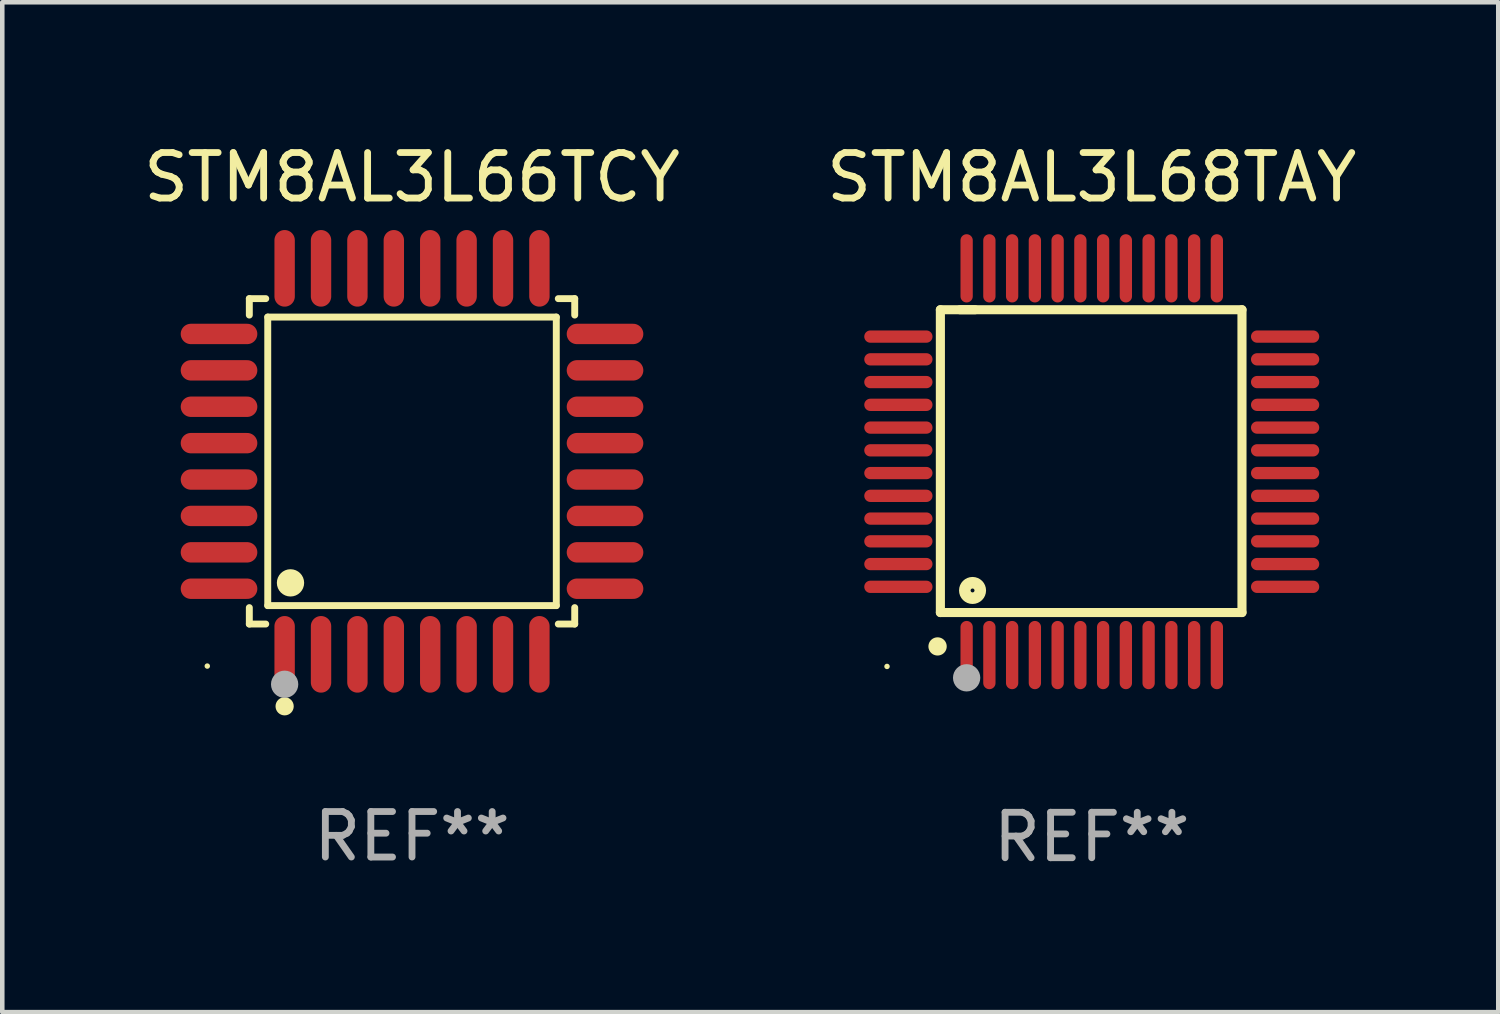
<source format=kicad_pcb>
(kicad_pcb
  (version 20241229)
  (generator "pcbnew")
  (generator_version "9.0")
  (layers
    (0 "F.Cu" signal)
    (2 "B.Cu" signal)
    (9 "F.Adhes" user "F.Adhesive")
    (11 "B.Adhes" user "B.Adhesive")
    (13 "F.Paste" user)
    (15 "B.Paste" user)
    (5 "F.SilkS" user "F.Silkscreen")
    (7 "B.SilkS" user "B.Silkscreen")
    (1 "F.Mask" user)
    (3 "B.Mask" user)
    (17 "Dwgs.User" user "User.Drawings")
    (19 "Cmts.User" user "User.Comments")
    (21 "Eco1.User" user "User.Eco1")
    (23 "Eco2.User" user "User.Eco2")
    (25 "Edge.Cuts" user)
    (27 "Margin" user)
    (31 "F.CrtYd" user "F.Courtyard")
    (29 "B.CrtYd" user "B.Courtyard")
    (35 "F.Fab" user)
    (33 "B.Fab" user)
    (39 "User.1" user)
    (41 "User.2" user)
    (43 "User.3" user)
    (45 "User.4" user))
  (footprint "STM8AL3L66TCY"
    (layer "F.Cu")
    (at 6.006 7.09)
    (property "Reference" "STM8AL3L66TCY" (at 0 -6.242 0) (layer "F.SilkS") (effects (font (size 1 1) (thickness 0.15))))
    (attr through_hole)
    (fp_line (start -3.576 -3.576) (end -3.215 -3.576) (stroke (width 0.152) (type solid)) (layer "F.SilkS"))
    (fp_line (start -3.576 -3.215) (end -3.576 -3.576) (stroke (width 0.152) (type solid)) (layer "F.SilkS"))
    (fp_line (start -3.576 3.215) (end -3.576 3.576) (stroke (width 0.152) (type solid)) (layer "F.SilkS"))
    (fp_line (start -3.576 3.576) (end -3.215 3.576) (stroke (width 0.152) (type solid)) (layer "F.SilkS"))
    (fp_line (start -3.171 -3.171) (end 3.171 -3.171) (stroke (width 0.152) (type solid)) (layer "F.SilkS"))
    (fp_line (start -3.171 3.171) (end -3.171 -3.171) (stroke (width 0.152) (type solid)) (layer "F.SilkS"))
    (fp_line (start 3.171 -3.171) (end 3.171 3.171) (stroke (width 0.152) (type solid)) (layer "F.SilkS"))
    (fp_line (start 3.171 3.171) (end -3.171 3.171) (stroke (width 0.152) (type solid)) (layer "F.SilkS"))
    (fp_line (start 3.576 -3.576) (end 3.215 -3.576) (stroke (width 0.152) (type solid)) (layer "F.SilkS"))
    (fp_line (start 3.576 -3.215) (end 3.576 -3.576) (stroke (width 0.152) (type solid)) (layer "F.SilkS"))
    (fp_line (start 3.576 3.215) (end 3.576 3.576) (stroke (width 0.152) (type solid)) (layer "F.SilkS"))
    (fp_line (start 3.576 3.576) (end 3.215 3.576) (stroke (width 0.152) (type solid)) (layer "F.SilkS"))
    (fp_circle (center -4.5 4.5) (end -4.47 4.5) (stroke (width 0.06) (type solid)) (fill no) (layer "F.SilkS"))
    (fp_circle (center -2.8 5.384) (end -2.7 5.384) (stroke (width 0.2) (type solid)) (fill no) (layer "F.SilkS"))
    (fp_circle (center -2.671 2.671) (end -2.521 2.671) (stroke (width 0.3) (type solid)) (fill no) (layer "F.SilkS"))
    (fp_circle (center -2.8 4.9) (end -2.65 4.9) (stroke (width 0.3) (type solid)) (fill no) (layer "F.Fab"))
    (fp_text user "REF**" (at 0 8.242 0) (layer "F.Fab") (effects (font (size 1 1) (thickness 0.15))))
    (pad "1" smd oval (at -2.8 4.242) (size 0.448 1.684) (layers "F.Cu" "F.Mask" "F.Paste"))
    (pad "2" smd oval (at -2 4.242) (size 0.448 1.684) (layers "F.Cu" "F.Mask" "F.Paste"))
    (pad "3" smd oval (at -1.2 4.242) (size 0.448 1.684) (layers "F.Cu" "F.Mask" "F.Paste"))
    (pad "4" smd oval (at -0.4 4.242) (size 0.448 1.684) (layers "F.Cu" "F.Mask" "F.Paste"))
    (pad "5" smd oval (at 0.4 4.242) (size 0.448 1.684) (layers "F.Cu" "F.Mask" "F.Paste"))
    (pad "6" smd oval (at 1.2 4.242) (size 0.448 1.684) (layers "F.Cu" "F.Mask" "F.Paste"))
    (pad "7" smd oval (at 2 4.242) (size 0.448 1.684) (layers "F.Cu" "F.Mask" "F.Paste"))
    (pad "8" smd oval (at 2.8 4.242) (size 0.448 1.684) (layers "F.Cu" "F.Mask" "F.Paste"))
    (pad "9" smd oval (at 4.242 2.8) (size 1.684 0.448) (layers "F.Cu" "F.Mask" "F.Paste"))
    (pad "10" smd oval (at 4.242 2) (size 1.684 0.448) (layers "F.Cu" "F.Mask" "F.Paste"))
    (pad "11" smd oval (at 4.242 1.2) (size 1.684 0.448) (layers "F.Cu" "F.Mask" "F.Paste"))
    (pad "12" smd oval (at 4.242 0.4) (size 1.684 0.448) (layers "F.Cu" "F.Mask" "F.Paste"))
    (pad "13" smd oval (at 4.242 -0.4) (size 1.684 0.448) (layers "F.Cu" "F.Mask" "F.Paste"))
    (pad "14" smd oval (at 4.242 -1.2) (size 1.684 0.448) (layers "F.Cu" "F.Mask" "F.Paste"))
    (pad "15" smd oval (at 4.242 -2) (size 1.684 0.448) (layers "F.Cu" "F.Mask" "F.Paste"))
    (pad "16" smd oval (at 4.242 -2.8) (size 1.684 0.448) (layers "F.Cu" "F.Mask" "F.Paste"))
    (pad "17" smd oval (at 2.8 -4.242) (size 0.448 1.684) (layers "F.Cu" "F.Mask" "F.Paste"))
    (pad "18" smd oval (at 2 -4.242) (size 0.448 1.684) (layers "F.Cu" "F.Mask" "F.Paste"))
    (pad "19" smd oval (at 1.2 -4.242) (size 0.448 1.684) (layers "F.Cu" "F.Mask" "F.Paste"))
    (pad "20" smd oval (at 0.4 -4.242) (size 0.448 1.684) (layers "F.Cu" "F.Mask" "F.Paste"))
    (pad "21" smd oval (at -0.4 -4.242) (size 0.448 1.684) (layers "F.Cu" "F.Mask" "F.Paste"))
    (pad "22" smd oval (at -1.2 -4.242) (size 0.448 1.684) (layers "F.Cu" "F.Mask" "F.Paste"))
    (pad "23" smd oval (at -2 -4.242) (size 0.448 1.684) (layers "F.Cu" "F.Mask" "F.Paste"))
    (pad "24" smd oval (at -2.8 -4.242) (size 0.448 1.684) (layers "F.Cu" "F.Mask" "F.Paste"))
    (pad "25" smd oval (at -4.242 -2.8) (size 1.684 0.448) (layers "F.Cu" "F.Mask" "F.Paste"))
    (pad "26" smd oval (at -4.242 -2) (size 1.684 0.448) (layers "F.Cu" "F.Mask" "F.Paste"))
    (pad "27" smd oval (at -4.242 -1.2) (size 1.684 0.448) (layers "F.Cu" "F.Mask" "F.Paste"))
    (pad "28" smd oval (at -4.242 -0.4) (size 1.684 0.448) (layers "F.Cu" "F.Mask" "F.Paste"))
    (pad "29" smd oval (at -4.242 0.4) (size 1.684 0.448) (layers "F.Cu" "F.Mask" "F.Paste"))
    (pad "30" smd oval (at -4.242 1.2) (size 1.684 0.448) (layers "F.Cu" "F.Mask" "F.Paste"))
    (pad "31" smd oval (at -4.242 2) (size 1.684 0.448) (layers "F.Cu" "F.Mask" "F.Paste"))
    (pad "32" smd oval (at -4.242 2.8) (size 1.684 0.448) (layers "F.Cu" "F.Mask" "F.Paste")))
  (footprint "STM8AL3L68TAY"
    (layer "F.Cu")
    (at 20.946 7.098)
    (property "Reference" "STM8AL3L68TAY" (at 0 -6.25 0) (layer "F.SilkS") (effects (font (size 1 1) (thickness 0.15))))
    (attr through_hole)
    (fp_line (start -3.327 -3.34) (end -2.565 -3.34) (stroke (width 0.2) (type solid)) (layer "F.SilkS"))
    (fp_line (start -3.327 3.315) (end -3.327 -3.34) (stroke (width 0.2) (type solid)) (layer "F.SilkS"))
    (fp_line (start -2.896 -3.34) (end 3.302 -3.34) (stroke (width 0.2) (type solid)) (layer "F.SilkS"))
    (fp_line (start 3.302 -3.34) (end 3.302 3.315) (stroke (width 0.2) (type solid)) (layer "F.SilkS"))
    (fp_line (start 3.302 3.315) (end -3.327 3.315) (stroke (width 0.2) (type solid)) (layer "F.SilkS"))
    (fp_arc (start -3.389992 4.059995) (mid -3.388722 4.059991) (end -3.387452 4.059995) (stroke (width 0.4) (type solid)) (layer "F.SilkS"))
    (fp_circle (center -4.5 4.5) (end -4.47 4.5) (stroke (width 0.06) (type solid)) (fill no) (layer "F.SilkS"))
    (fp_circle (center -2.62 2.83) (end -2.45 2.83) (stroke (width 0.254) (type solid)) (fill no) (layer "F.SilkS"))
    (fp_circle (center -2.75 4.75) (end -2.6 4.75) (stroke (width 0.3) (type solid)) (fill no) (layer "F.Fab"))
    (fp_text user "REF**" (at 0 8.25 0) (layer "F.Fab") (effects (font (size 1 1) (thickness 0.15))))
    (pad "1" smd oval (at -2.75 4.25) (size 0.27 1.5) (layers "F.Cu" "F.Mask" "F.Paste"))
    (pad "2" smd oval (at -2.25 4.25) (size 0.27 1.5) (layers "F.Cu" "F.Mask" "F.Paste"))
    (pad "3" smd oval (at -1.75 4.25) (size 0.27 1.5) (layers "F.Cu" "F.Mask" "F.Paste"))
    (pad "4" smd oval (at -1.25 4.25) (size 0.27 1.5) (layers "F.Cu" "F.Mask" "F.Paste"))
    (pad "5" smd oval (at -0.75 4.25) (size 0.27 1.5) (layers "F.Cu" "F.Mask" "F.Paste"))
    (pad "6" smd oval (at -0.25 4.25) (size 0.27 1.5) (layers "F.Cu" "F.Mask" "F.Paste"))
    (pad "7" smd oval (at 0.25 4.25) (size 0.27 1.5) (layers "F.Cu" "F.Mask" "F.Paste"))
    (pad "8" smd oval (at 0.75 4.25) (size 0.27 1.5) (layers "F.Cu" "F.Mask" "F.Paste"))
    (pad "9" smd oval (at 1.25 4.25) (size 0.27 1.5) (layers "F.Cu" "F.Mask" "F.Paste"))
    (pad "10" smd oval (at 1.75 4.25) (size 0.27 1.5) (layers "F.Cu" "F.Mask" "F.Paste"))
    (pad "11" smd oval (at 2.25 4.25) (size 0.27 1.5) (layers "F.Cu" "F.Mask" "F.Paste"))
    (pad "12" smd oval (at 2.75 4.25) (size 0.27 1.5) (layers "F.Cu" "F.Mask" "F.Paste"))
    (pad "13" smd oval (at 4.25 2.75) (size 1.5 0.27) (layers "F.Cu" "F.Mask" "F.Paste"))
    (pad "14" smd oval (at 4.25 2.25) (size 1.5 0.27) (layers "F.Cu" "F.Mask" "F.Paste"))
    (pad "15" smd oval (at 4.25 1.75) (size 1.5 0.27) (layers "F.Cu" "F.Mask" "F.Paste"))
    (pad "16" smd oval (at 4.25 1.25) (size 1.5 0.27) (layers "F.Cu" "F.Mask" "F.Paste"))
    (pad "17" smd oval (at 4.25 0.75) (size 1.5 0.27) (layers "F.Cu" "F.Mask" "F.Paste"))
    (pad "18" smd oval (at 4.25 0.25) (size 1.5 0.27) (layers "F.Cu" "F.Mask" "F.Paste"))
    (pad "19" smd oval (at 4.25 -0.25) (size 1.5 0.27) (layers "F.Cu" "F.Mask" "F.Paste"))
    (pad "20" smd oval (at 4.25 -0.75) (size 1.5 0.27) (layers "F.Cu" "F.Mask" "F.Paste"))
    (pad "21" smd oval (at 4.25 -1.25) (size 1.5 0.27) (layers "F.Cu" "F.Mask" "F.Paste"))
    (pad "22" smd oval (at 4.25 -1.75) (size 1.5 0.27) (layers "F.Cu" "F.Mask" "F.Paste"))
    (pad "23" smd oval (at 4.25 -2.25) (size 1.5 0.27) (layers "F.Cu" "F.Mask" "F.Paste"))
    (pad "24" smd oval (at 4.25 -2.75) (size 1.5 0.27) (layers "F.Cu" "F.Mask" "F.Paste"))
    (pad "25" smd oval (at 2.75 -4.25) (size 0.27 1.5) (layers "F.Cu" "F.Mask" "F.Paste"))
    (pad "26" smd oval (at 2.25 -4.25) (size 0.27 1.5) (layers "F.Cu" "F.Mask" "F.Paste"))
    (pad "27" smd oval (at 1.75 -4.25) (size 0.27 1.5) (layers "F.Cu" "F.Mask" "F.Paste"))
    (pad "28" smd oval (at 1.25 -4.25) (size 0.27 1.5) (layers "F.Cu" "F.Mask" "F.Paste"))
    (pad "29" smd oval (at 0.75 -4.25) (size 0.27 1.5) (layers "F.Cu" "F.Mask" "F.Paste"))
    (pad "30" smd oval (at 0.25 -4.25) (size 0.27 1.5) (layers "F.Cu" "F.Mask" "F.Paste"))
    (pad "31" smd oval (at -0.25 -4.25) (size 0.27 1.5) (layers "F.Cu" "F.Mask" "F.Paste"))
    (pad "32" smd oval (at -0.75 -4.25) (size 0.27 1.5) (layers "F.Cu" "F.Mask" "F.Paste"))
    (pad "33" smd oval (at -1.25 -4.25) (size 0.27 1.5) (layers "F.Cu" "F.Mask" "F.Paste"))
    (pad "34" smd oval (at -1.75 -4.25) (size 0.27 1.5) (layers "F.Cu" "F.Mask" "F.Paste"))
    (pad "35" smd oval (at -2.25 -4.25) (size 0.27 1.5) (layers "F.Cu" "F.Mask" "F.Paste"))
    (pad "36" smd oval (at -2.75 -4.25) (size 0.27 1.5) (layers "F.Cu" "F.Mask" "F.Paste"))
    (pad "37" smd oval (at -4.25 -2.75) (size 1.5 0.27) (layers "F.Cu" "F.Mask" "F.Paste"))
    (pad "38" smd oval (at -4.25 -2.25) (size 1.5 0.27) (layers "F.Cu" "F.Mask" "F.Paste"))
    (pad "39" smd oval (at -4.25 -1.75) (size 1.5 0.27) (layers "F.Cu" "F.Mask" "F.Paste"))
    (pad "40" smd oval (at -4.25 -1.25) (size 1.5 0.27) (layers "F.Cu" "F.Mask" "F.Paste"))
    (pad "41" smd oval (at -4.25 -0.75) (size 1.5 0.27) (layers "F.Cu" "F.Mask" "F.Paste"))
    (pad "42" smd oval (at -4.25 -0.25) (size 1.5 0.27) (layers "F.Cu" "F.Mask" "F.Paste"))
    (pad "43" smd oval (at -4.25 0.25) (size 1.5 0.27) (layers "F.Cu" "F.Mask" "F.Paste"))
    (pad "44" smd oval (at -4.25 0.75) (size 1.5 0.27) (layers "F.Cu" "F.Mask" "F.Paste"))
    (pad "45" smd oval (at -4.25 1.25) (size 1.5 0.27) (layers "F.Cu" "F.Mask" "F.Paste"))
    (pad "46" smd oval (at -4.25 1.75) (size 1.5 0.27) (layers "F.Cu" "F.Mask" "F.Paste"))
    (pad "47" smd oval (at -4.25 2.25) (size 1.5 0.27) (layers "F.Cu" "F.Mask" "F.Paste"))
    (pad "48" smd oval (at -4.25 2.75) (size 1.5 0.27) (layers "F.Cu" "F.Mask" "F.Paste")))
  (gr_rect
    (start -3 -3)
    (end 29.881 19.196)
    (stroke (width 0.1) (type default))
    (fill no)
    (layer "Edge.Cuts")))
</source>
